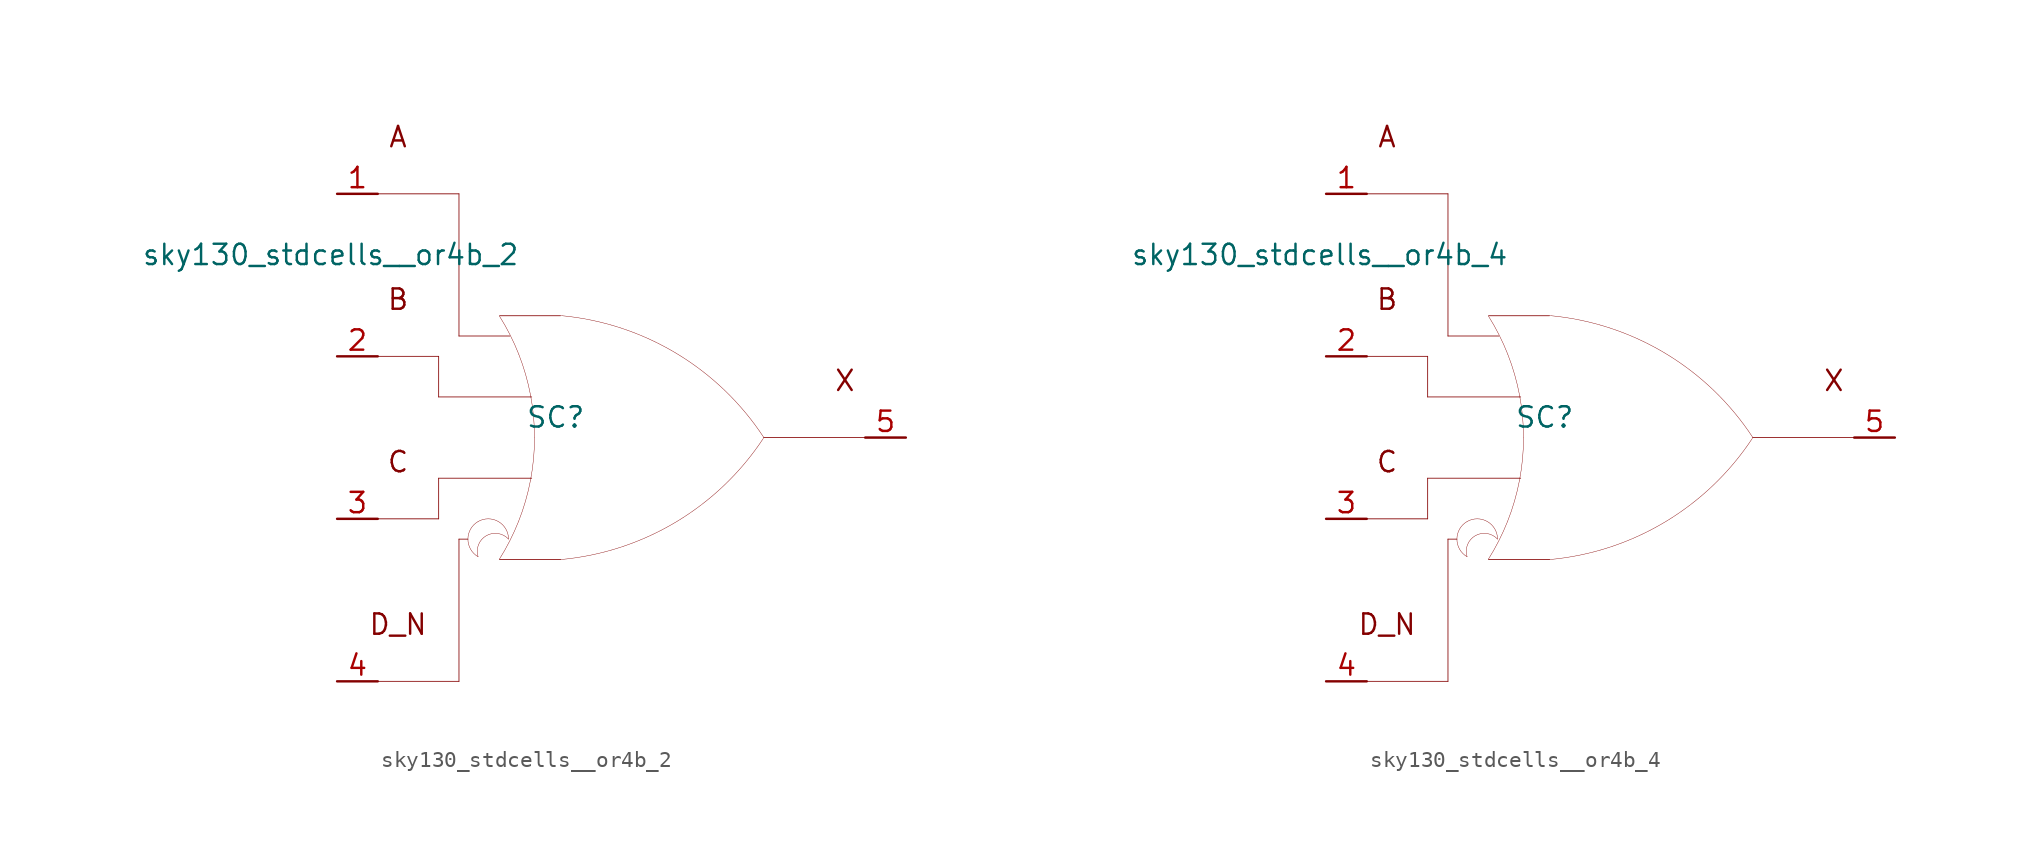
<source format=kicad_sym>
(kicad_symbol_lib
  (version 20211014)
  (generator kicad_symbol_editor)
  (symbol "sky130_stdcells__or4b_2"
    (pin_names hide)
    (property "Reference" "SC"
      (at -4.115 1.27 0)
      (effects (font (size 1.27 1.27))))
    (property "Value" "sky130_stdcells__or4b_2"
      (at -6.35 11.43 0)
      (effects (font (size 1.27 1.27)) (justify right)))
    (symbol "sky130_stdcells__or4b_2_0_0"
      (arc (start -8.9662 -5.2501) (mid -9.6012 -6.35) (end -8.9662 -7.4499) (stroke (width 0.0254) (type default) (color 0 0 0 0)) (fill (type none)))
      (arc (start -7.6405 -7.6142) (mid -6.983 -6.458) (end -6.4362 -5.2456) (stroke (width 0.0254) (type default) (color 0 0 0 0)) (fill (type none)))
      (arc (start -7.0612 -6.35) (mid -8.9181 -5.8757) (end -8.9662 -7.4499) (stroke (width 0.0254) (type default) (color 0 0 0 0)) (fill (type none)))
      (arc (start -7.0612 -6.35) (mid -7.6962 -5.2502) (end -8.9662 -5.2501) (stroke (width 0.0254) (type default) (color 0 0 0 0)) (fill (type none)))
      (arc (start -6.4362 -5.2456) (mid -6.0013 -3.9755) (end -5.688 -2.6701) (stroke (width 0.0254) (type default) (color 0 0 0 0)) (fill (type none)))
      (arc (start -6.418 5.1993) (mid -6.9662 6.4248) (end -7.6273 7.5932) (stroke (width 0.0254) (type default) (color 0 0 0 0)) (fill (type none)))
      (arc (start -5.688 -2.6701) (mid -5.4988 -1.341) (end -5.4356 0) (stroke (width 0.0254) (type default) (color 0 0 0 0)) (fill (type none)))
      (arc (start -5.6834 2.6456) (mid -5.9911 3.9396) (end -6.418 5.1993) (stroke (width 0.0254) (type default) (color 0 0 0 0)) (fill (type none)))
      (arc (start -5.4356 0) (mid -5.4977 1.3286) (end -5.6834 2.6456) (stroke (width 0.0254) (type default) (color 0 0 0 0)) (fill (type none)))
      (arc (start -3.8212 -7.6288) (mid 3.3927 -5.2884) (end 8.8734 -0.0463) (stroke (width 0.0254) (type default) (color 0 0 0 0)) (fill (type none)))
      (polyline (pts (xy -15.24 -15.24) (xy -10.16 -15.24)) (stroke (width 0.051) (type default) (color 0 0 0 0)) (fill (type none)))
      (polyline (pts (xy -15.24 -5.08) (xy -11.43 -5.08)) (stroke (width 0.051) (type default) (color 0 0 0 0)) (fill (type none)))
      (polyline (pts (xy -15.24 5.08) (xy -11.43 5.08)) (stroke (width 0.051) (type default) (color 0 0 0 0)) (fill (type none)))
      (polyline (pts (xy -15.24 15.24) (xy -10.16 15.24)) (stroke (width 0.051) (type default) (color 0 0 0 0)) (fill (type none)))
      (polyline (pts (xy -11.43 -2.54) (xy -11.43 -5.08)) (stroke (width 0.051) (type default) (color 0 0 0 0)) (fill (type none)))
      (polyline (pts (xy -11.43 -2.54) (xy -5.613 -2.54)) (stroke (width 0.051) (type default) (color 0 0 0 0)) (fill (type none)))
      (polyline (pts (xy -11.43 2.54) (xy -5.613 2.54)) (stroke (width 0.051) (type default) (color 0 0 0 0)) (fill (type none)))
      (polyline (pts (xy -11.43 5.08) (xy -11.43 2.54)) (stroke (width 0.051) (type default) (color 0 0 0 0)) (fill (type none)))
      (polyline (pts (xy -10.16 -6.35) (xy -10.16 -15.24)) (stroke (width 0.051) (type default) (color 0 0 0 0)) (fill (type none)))
      (polyline (pts (xy -10.16 -6.35) (xy -9.601 -6.35)) (stroke (width 0.051) (type default) (color 0 0 0 0)) (fill (type none)))
      (polyline (pts (xy -10.16 6.35) (xy -6.985 6.35)) (stroke (width 0.051) (type default) (color 0 0 0 0)) (fill (type none)))
      (polyline (pts (xy -10.16 15.24) (xy -10.16 6.35)) (stroke (width 0.051) (type default) (color 0 0 0 0)) (fill (type none)))
      (polyline (pts (xy -7.62 -7.62) (xy -3.81 -7.62)) (stroke (width 0.051) (type default) (color 0 0 0 0)) (fill (type none)))
      (polyline (pts (xy -7.62 7.62) (xy -3.81 7.62)) (stroke (width 0.051) (type default) (color 0 0 0 0)) (fill (type none)))
      (polyline (pts (xy 8.89 0) (xy 15.24 0)) (stroke (width 0.051) (type default) (color 0 0 0 0)) (fill (type none)))
      (arc (start 8.9061 -0.0034) (mid 3.4437 5.2578) (end -3.762 7.6234) (stroke (width 0.0254) (type default) (color 0 0 0 0)) (fill (type none)))
      (text "A" (at -13.97 18.796 0) (effects (font (size 1.27 1.27))))
      (text "B" (at -13.97 8.636 0) (effects (font (size 1.27 1.27))))
      (text "C" (at -13.97 -1.524 0) (effects (font (size 1.27 1.27))))
      (text "D_N" (at -13.97 -11.684 0) (effects (font (size 1.27 1.27))))
      (text "X" (at 13.97 3.556 0) (effects (font (size 1.27 1.27)))))
    (symbol "sky130_stdcells__or4b_2_1_1"
      (pin input line (at -17.78 15.24 0) (length 2.54) (name "A" (effects (font (size 1.092 1.092)))) (number "1" (effects (font (size 1.27 1.27)))))
      (pin input line (at -17.78 5.08 0) (length 2.54) (name "B" (effects (font (size 1.092 1.092)))) (number "2" (effects (font (size 1.27 1.27)))))
      (pin input line (at -17.78 -5.08 0) (length 2.54) (name "C" (effects (font (size 1.092 1.092)))) (number "3" (effects (font (size 1.27 1.27)))))
      (pin input line (at -17.78 -15.24 0) (length 2.54) (name "D_N" (effects (font (size 1.092 1.092)))) (number "4" (effects (font (size 1.27 1.27)))))
      (pin output line (at 17.78 0 180) (length 2.54) (name "X" (effects (font (size 1.092 1.092)))) (number "5" (effects (font (size 1.27 1.27)))))))
  (symbol "sky130_stdcells__or4b_4"
    (pin_names hide)
    (property "Reference" "SC"
      (at -4.115 1.27 0)
      (effects (font (size 1.27 1.27))))
    (property "Value" "sky130_stdcells__or4b_4"
      (at -6.35 11.43 0)
      (effects (font (size 1.27 1.27)) (justify right)))
    (symbol "sky130_stdcells__or4b_4_0_0"
      (arc (start -8.9662 -5.2501) (mid -9.6012 -6.35) (end -8.9662 -7.4499) (stroke (width 0.0254) (type default) (color 0 0 0 0)) (fill (type none)))
      (arc (start -7.6405 -7.6142) (mid -6.983 -6.458) (end -6.4362 -5.2456) (stroke (width 0.0254) (type default) (color 0 0 0 0)) (fill (type none)))
      (arc (start -7.0612 -6.35) (mid -8.9181 -5.8757) (end -8.9662 -7.4499) (stroke (width 0.0254) (type default) (color 0 0 0 0)) (fill (type none)))
      (arc (start -7.0612 -6.35) (mid -7.6962 -5.2502) (end -8.9662 -5.2501) (stroke (width 0.0254) (type default) (color 0 0 0 0)) (fill (type none)))
      (arc (start -6.4362 -5.2456) (mid -6.0013 -3.9755) (end -5.688 -2.6701) (stroke (width 0.0254) (type default) (color 0 0 0 0)) (fill (type none)))
      (arc (start -6.418 5.1993) (mid -6.9662 6.4248) (end -7.6273 7.5932) (stroke (width 0.0254) (type default) (color 0 0 0 0)) (fill (type none)))
      (arc (start -5.688 -2.6701) (mid -5.4988 -1.341) (end -5.4356 0) (stroke (width 0.0254) (type default) (color 0 0 0 0)) (fill (type none)))
      (arc (start -5.6834 2.6456) (mid -5.9911 3.9396) (end -6.418 5.1993) (stroke (width 0.0254) (type default) (color 0 0 0 0)) (fill (type none)))
      (arc (start -5.4356 0) (mid -5.4977 1.3286) (end -5.6834 2.6456) (stroke (width 0.0254) (type default) (color 0 0 0 0)) (fill (type none)))
      (arc (start -3.8212 -7.6288) (mid 3.3927 -5.2884) (end 8.8734 -0.0463) (stroke (width 0.0254) (type default) (color 0 0 0 0)) (fill (type none)))
      (polyline (pts (xy -15.24 -15.24) (xy -10.16 -15.24)) (stroke (width 0.051) (type default) (color 0 0 0 0)) (fill (type none)))
      (polyline (pts (xy -15.24 -5.08) (xy -11.43 -5.08)) (stroke (width 0.051) (type default) (color 0 0 0 0)) (fill (type none)))
      (polyline (pts (xy -15.24 5.08) (xy -11.43 5.08)) (stroke (width 0.051) (type default) (color 0 0 0 0)) (fill (type none)))
      (polyline (pts (xy -15.24 15.24) (xy -10.16 15.24)) (stroke (width 0.051) (type default) (color 0 0 0 0)) (fill (type none)))
      (polyline (pts (xy -11.43 -2.54) (xy -11.43 -5.08)) (stroke (width 0.051) (type default) (color 0 0 0 0)) (fill (type none)))
      (polyline (pts (xy -11.43 -2.54) (xy -5.613 -2.54)) (stroke (width 0.051) (type default) (color 0 0 0 0)) (fill (type none)))
      (polyline (pts (xy -11.43 2.54) (xy -5.613 2.54)) (stroke (width 0.051) (type default) (color 0 0 0 0)) (fill (type none)))
      (polyline (pts (xy -11.43 5.08) (xy -11.43 2.54)) (stroke (width 0.051) (type default) (color 0 0 0 0)) (fill (type none)))
      (polyline (pts (xy -10.16 -6.35) (xy -10.16 -15.24)) (stroke (width 0.051) (type default) (color 0 0 0 0)) (fill (type none)))
      (polyline (pts (xy -10.16 -6.35) (xy -9.601 -6.35)) (stroke (width 0.051) (type default) (color 0 0 0 0)) (fill (type none)))
      (polyline (pts (xy -10.16 6.35) (xy -6.985 6.35)) (stroke (width 0.051) (type default) (color 0 0 0 0)) (fill (type none)))
      (polyline (pts (xy -10.16 15.24) (xy -10.16 6.35)) (stroke (width 0.051) (type default) (color 0 0 0 0)) (fill (type none)))
      (polyline (pts (xy -7.62 -7.62) (xy -3.81 -7.62)) (stroke (width 0.051) (type default) (color 0 0 0 0)) (fill (type none)))
      (polyline (pts (xy -7.62 7.62) (xy -3.81 7.62)) (stroke (width 0.051) (type default) (color 0 0 0 0)) (fill (type none)))
      (polyline (pts (xy 8.89 0) (xy 15.24 0)) (stroke (width 0.051) (type default) (color 0 0 0 0)) (fill (type none)))
      (arc (start 8.9061 -0.0034) (mid 3.4437 5.2578) (end -3.762 7.6234) (stroke (width 0.0254) (type default) (color 0 0 0 0)) (fill (type none)))
      (text "A" (at -13.97 18.796 0) (effects (font (size 1.27 1.27))))
      (text "B" (at -13.97 8.636 0) (effects (font (size 1.27 1.27))))
      (text "C" (at -13.97 -1.524 0) (effects (font (size 1.27 1.27))))
      (text "D_N" (at -13.97 -11.684 0) (effects (font (size 1.27 1.27))))
      (text "X" (at 13.97 3.556 0) (effects (font (size 1.27 1.27)))))
    (symbol "sky130_stdcells__or4b_4_1_1"
      (pin input line (at -17.78 15.24 0) (length 2.54) (name "A" (effects (font (size 1.092 1.092)))) (number "1" (effects (font (size 1.27 1.27)))))
      (pin input line (at -17.78 5.08 0) (length 2.54) (name "B" (effects (font (size 1.092 1.092)))) (number "2" (effects (font (size 1.27 1.27)))))
      (pin input line (at -17.78 -5.08 0) (length 2.54) (name "C" (effects (font (size 1.092 1.092)))) (number "3" (effects (font (size 1.27 1.27)))))
      (pin input line (at -17.78 -15.24 0) (length 2.54) (name "D_N" (effects (font (size 1.092 1.092)))) (number "4" (effects (font (size 1.27 1.27)))))
      (pin output line (at 17.78 0 180) (length 2.54) (name "X" (effects (font (size 1.092 1.092)))) (number "5" (effects (font (size 1.27 1.27))))))))
</source>
